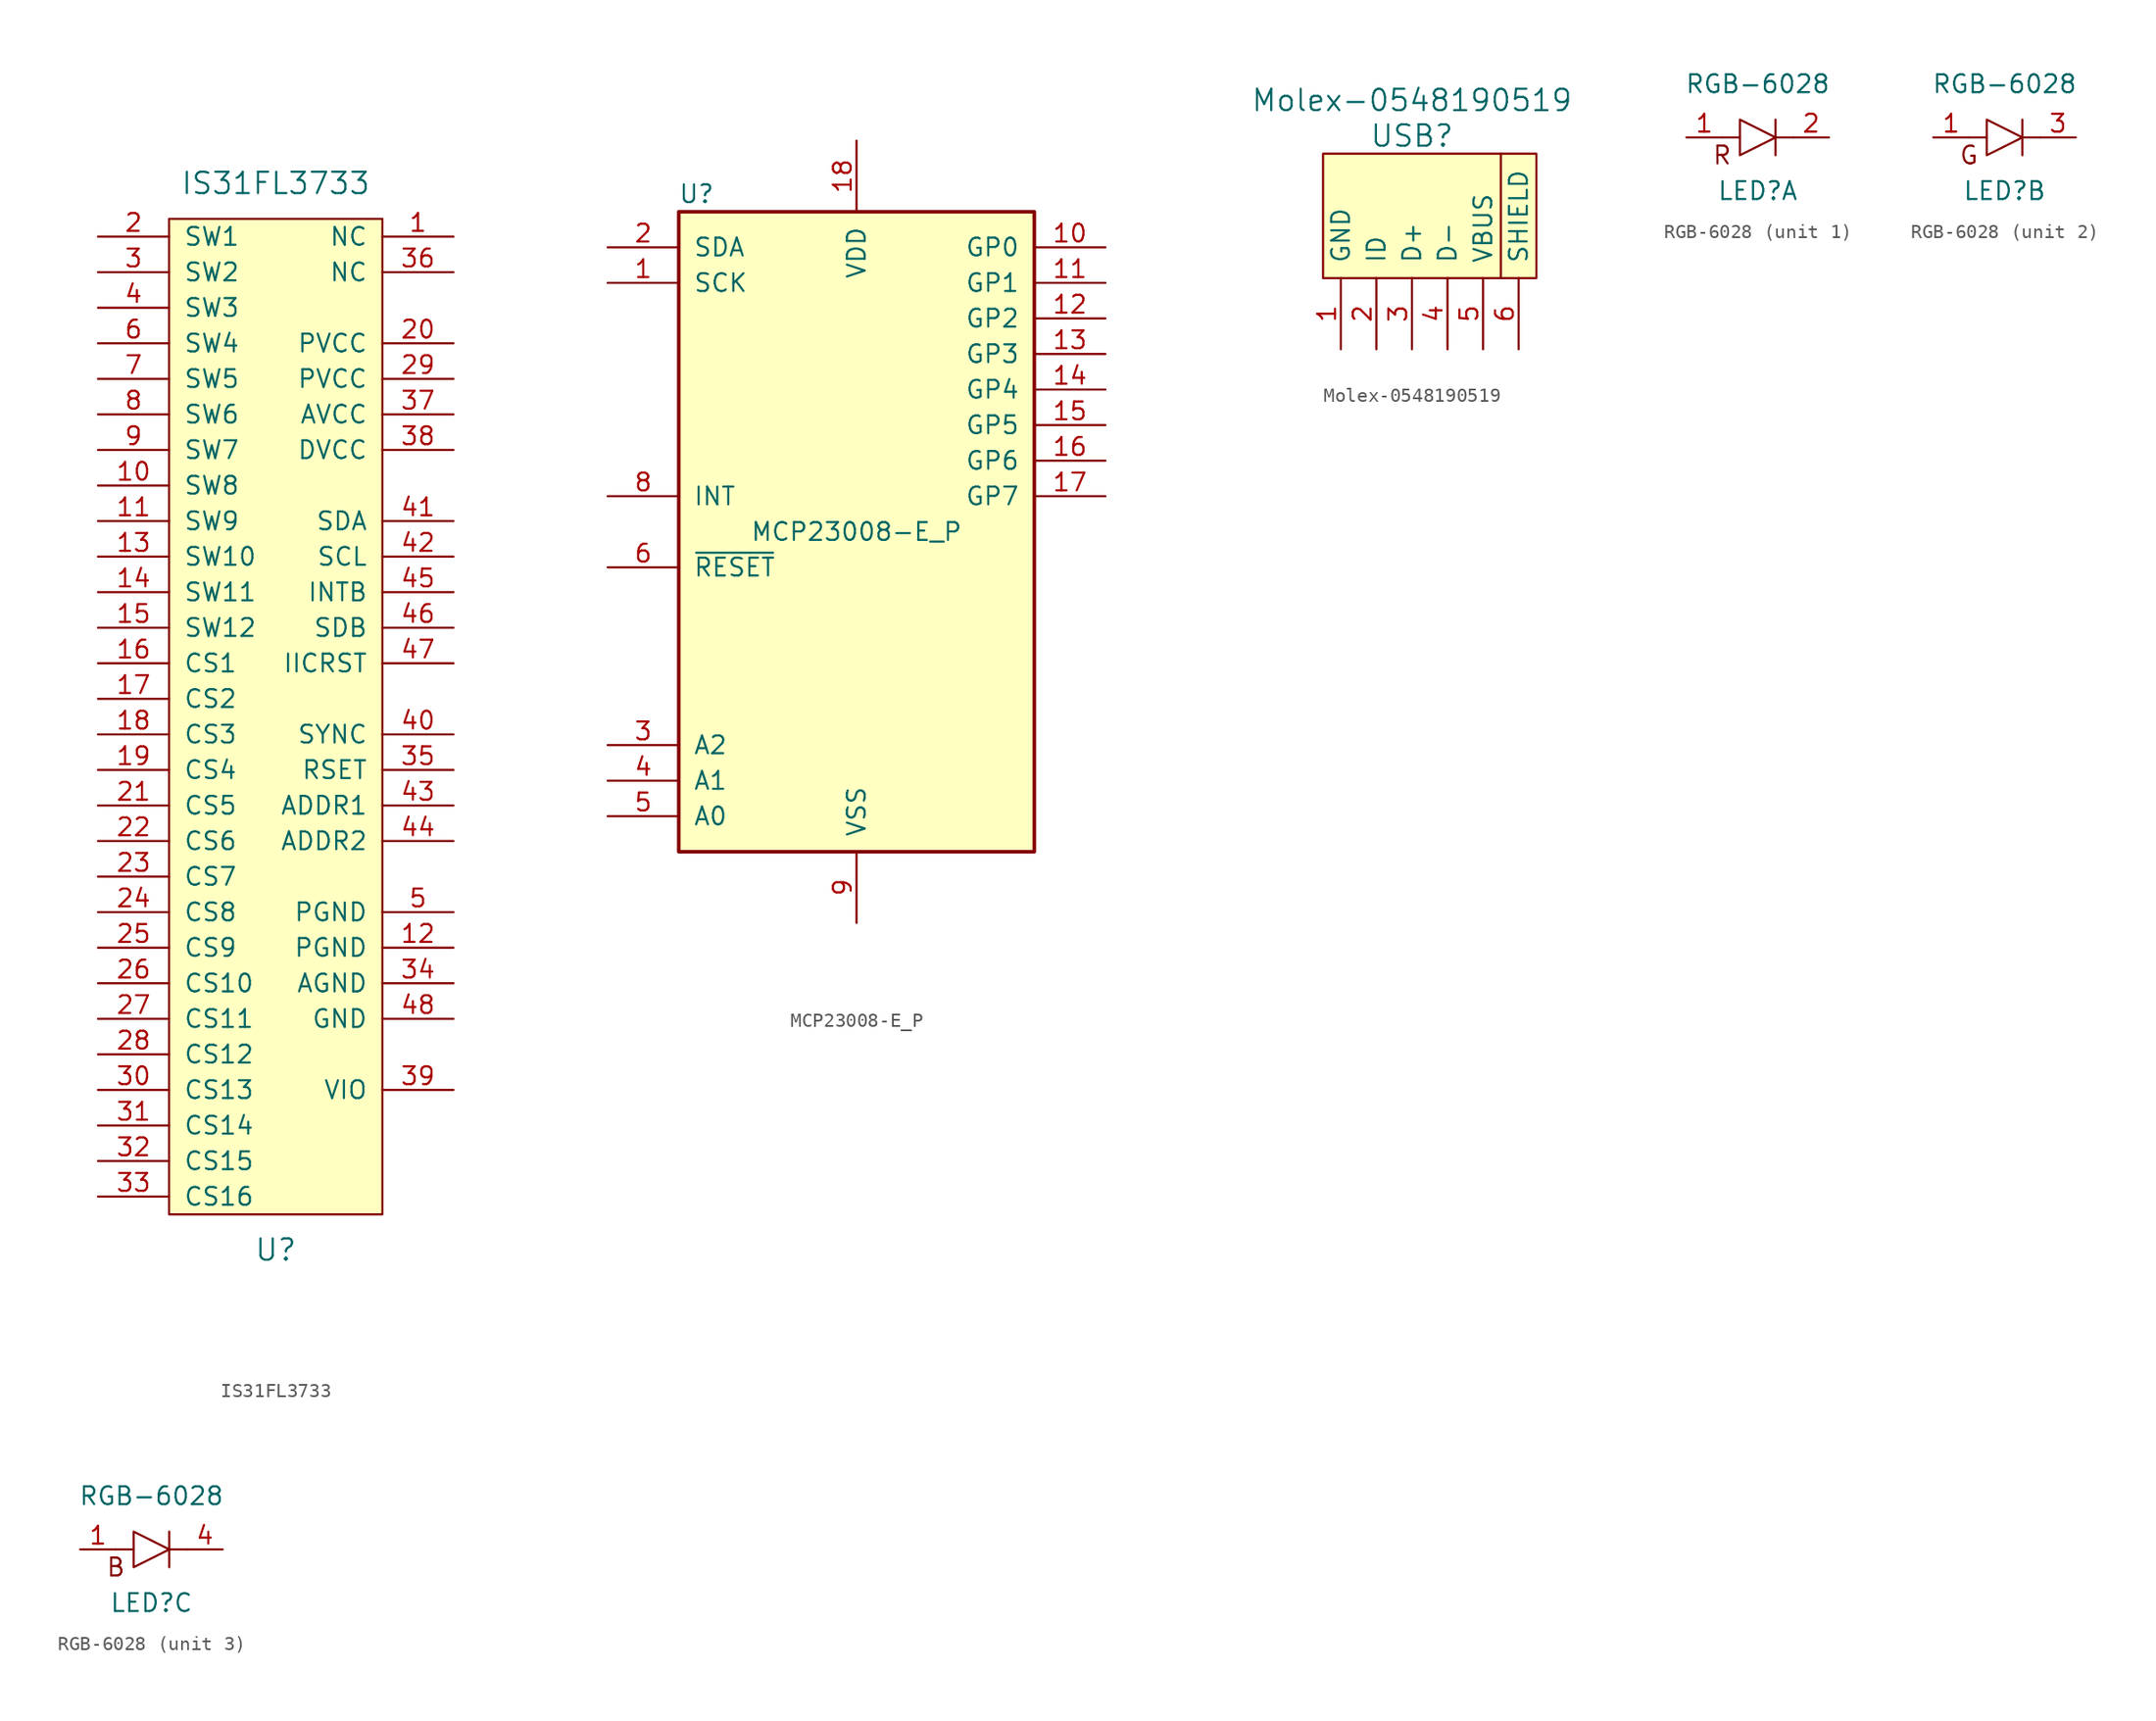
<source format=kicad_sym>
(kicad_symbol_lib
  (version 20211014)
  (generator kicad_symbol_editor)
  (symbol "IS31FL3733"
    (pin_names
      (offset 1.016))
    (property "Reference" "U"
      (at 0 -41.91 0)
      (effects (font (size 1.524 1.524))))
    (property "Value" "IS31FL3733"
      (at 0 34.29 0)
      (effects (font (size 1.524 1.524))))
    (symbol "IS31FL3733_0_1"
      (rectangle (start -7.62 31.75) (end 7.62 -39.37) (stroke (width 0) (type default) (color 0 0 0 0)) (fill (type background))))
    (symbol "IS31FL3733_1_1"
      (pin input line (at 12.7 30.48 180) (length 5.08) (name "NC" (effects (font (size 1.27 1.27)))) (number "1" (effects (font (size 1.27 1.27)))))
      (pin input line (at -12.7 12.7 0) (length 5.08) (name "SW8" (effects (font (size 1.27 1.27)))) (number "10" (effects (font (size 1.27 1.27)))))
      (pin input line (at -12.7 10.16 0) (length 5.08) (name "SW9" (effects (font (size 1.27 1.27)))) (number "11" (effects (font (size 1.27 1.27)))))
      (pin input line (at 12.7 -20.32 180) (length 5.08) (name "PGND" (effects (font (size 1.27 1.27)))) (number "12" (effects (font (size 1.27 1.27)))))
      (pin input line (at -12.7 7.62 0) (length 5.08) (name "SW10" (effects (font (size 1.27 1.27)))) (number "13" (effects (font (size 1.27 1.27)))))
      (pin input line (at -12.7 5.08 0) (length 5.08) (name "SW11" (effects (font (size 1.27 1.27)))) (number "14" (effects (font (size 1.27 1.27)))))
      (pin input line (at -12.7 2.54 0) (length 5.08) (name "SW12" (effects (font (size 1.27 1.27)))) (number "15" (effects (font (size 1.27 1.27)))))
      (pin input line (at -12.7 0 0) (length 5.08) (name "CS1" (effects (font (size 1.27 1.27)))) (number "16" (effects (font (size 1.27 1.27)))))
      (pin input line (at -12.7 -2.54 0) (length 5.08) (name "CS2" (effects (font (size 1.27 1.27)))) (number "17" (effects (font (size 1.27 1.27)))))
      (pin input line (at -12.7 -5.08 0) (length 5.08) (name "CS3" (effects (font (size 1.27 1.27)))) (number "18" (effects (font (size 1.27 1.27)))))
      (pin input line (at -12.7 -7.62 0) (length 5.08) (name "CS4" (effects (font (size 1.27 1.27)))) (number "19" (effects (font (size 1.27 1.27)))))
      (pin input line (at -12.7 30.48 0) (length 5.08) (name "SW1" (effects (font (size 1.27 1.27)))) (number "2" (effects (font (size 1.27 1.27)))))
      (pin input line (at 12.7 22.86 180) (length 5.08) (name "PVCC" (effects (font (size 1.27 1.27)))) (number "20" (effects (font (size 1.27 1.27)))))
      (pin input line (at -12.7 -10.16 0) (length 5.08) (name "CS5" (effects (font (size 1.27 1.27)))) (number "21" (effects (font (size 1.27 1.27)))))
      (pin input line (at -12.7 -12.7 0) (length 5.08) (name "CS6" (effects (font (size 1.27 1.27)))) (number "22" (effects (font (size 1.27 1.27)))))
      (pin input line (at -12.7 -15.24 0) (length 5.08) (name "CS7" (effects (font (size 1.27 1.27)))) (number "23" (effects (font (size 1.27 1.27)))))
      (pin input line (at -12.7 -17.78 0) (length 5.08) (name "CS8" (effects (font (size 1.27 1.27)))) (number "24" (effects (font (size 1.27 1.27)))))
      (pin input line (at -12.7 -20.32 0) (length 5.08) (name "CS9" (effects (font (size 1.27 1.27)))) (number "25" (effects (font (size 1.27 1.27)))))
      (pin input line (at -12.7 -22.86 0) (length 5.08) (name "CS10" (effects (font (size 1.27 1.27)))) (number "26" (effects (font (size 1.27 1.27)))))
      (pin input line (at -12.7 -25.4 0) (length 5.08) (name "CS11" (effects (font (size 1.27 1.27)))) (number "27" (effects (font (size 1.27 1.27)))))
      (pin input line (at -12.7 -27.94 0) (length 5.08) (name "CS12" (effects (font (size 1.27 1.27)))) (number "28" (effects (font (size 1.27 1.27)))))
      (pin input line (at 12.7 20.32 180) (length 5.08) (name "PVCC" (effects (font (size 1.27 1.27)))) (number "29" (effects (font (size 1.27 1.27)))))
      (pin input line (at -12.7 27.94 0) (length 5.08) (name "SW2" (effects (font (size 1.27 1.27)))) (number "3" (effects (font (size 1.27 1.27)))))
      (pin input line (at -12.7 -30.48 0) (length 5.08) (name "CS13" (effects (font (size 1.27 1.27)))) (number "30" (effects (font (size 1.27 1.27)))))
      (pin input line (at -12.7 -33.02 0) (length 5.08) (name "CS14" (effects (font (size 1.27 1.27)))) (number "31" (effects (font (size 1.27 1.27)))))
      (pin input line (at -12.7 -35.56 0) (length 5.08) (name "CS15" (effects (font (size 1.27 1.27)))) (number "32" (effects (font (size 1.27 1.27)))))
      (pin input line (at -12.7 -38.1 0) (length 5.08) (name "CS16" (effects (font (size 1.27 1.27)))) (number "33" (effects (font (size 1.27 1.27)))))
      (pin input line (at 12.7 -22.86 180) (length 5.08) (name "AGND" (effects (font (size 1.27 1.27)))) (number "34" (effects (font (size 1.27 1.27)))))
      (pin input line (at 12.7 -7.62 180) (length 5.08) (name "RSET" (effects (font (size 1.27 1.27)))) (number "35" (effects (font (size 1.27 1.27)))))
      (pin input line (at 12.7 27.94 180) (length 5.08) (name "NC" (effects (font (size 1.27 1.27)))) (number "36" (effects (font (size 1.27 1.27)))))
      (pin input line (at 12.7 17.78 180) (length 5.08) (name "AVCC" (effects (font (size 1.27 1.27)))) (number "37" (effects (font (size 1.27 1.27)))))
      (pin input line (at 12.7 15.24 180) (length 5.08) (name "DVCC" (effects (font (size 1.27 1.27)))) (number "38" (effects (font (size 1.27 1.27)))))
      (pin input line (at 12.7 -30.48 180) (length 5.08) (name "VIO" (effects (font (size 1.27 1.27)))) (number "39" (effects (font (size 1.27 1.27)))))
      (pin input line (at -12.7 25.4 0) (length 5.08) (name "SW3" (effects (font (size 1.27 1.27)))) (number "4" (effects (font (size 1.27 1.27)))))
      (pin input line (at 12.7 -5.08 180) (length 5.08) (name "SYNC" (effects (font (size 1.27 1.27)))) (number "40" (effects (font (size 1.27 1.27)))))
      (pin input line (at 12.7 10.16 180) (length 5.08) (name "SDA" (effects (font (size 1.27 1.27)))) (number "41" (effects (font (size 1.27 1.27)))))
      (pin input line (at 12.7 7.62 180) (length 5.08) (name "SCL" (effects (font (size 1.27 1.27)))) (number "42" (effects (font (size 1.27 1.27)))))
      (pin input line (at 12.7 -10.16 180) (length 5.08) (name "ADDR1" (effects (font (size 1.27 1.27)))) (number "43" (effects (font (size 1.27 1.27)))))
      (pin input line (at 12.7 -12.7 180) (length 5.08) (name "ADDR2" (effects (font (size 1.27 1.27)))) (number "44" (effects (font (size 1.27 1.27)))))
      (pin input line (at 12.7 5.08 180) (length 5.08) (name "INTB" (effects (font (size 1.27 1.27)))) (number "45" (effects (font (size 1.27 1.27)))))
      (pin input line (at 12.7 2.54 180) (length 5.08) (name "SDB" (effects (font (size 1.27 1.27)))) (number "46" (effects (font (size 1.27 1.27)))))
      (pin input line (at 12.7 0 180) (length 5.08) (name "IICRST" (effects (font (size 1.27 1.27)))) (number "47" (effects (font (size 1.27 1.27)))))
      (pin input line (at 12.7 -25.4 180) (length 5.08) (name "GND" (effects (font (size 1.27 1.27)))) (number "48" (effects (font (size 1.27 1.27)))))
      (pin input line (at 12.7 -17.78 180) (length 5.08) (name "PGND" (effects (font (size 1.27 1.27)))) (number "5" (effects (font (size 1.27 1.27)))))
      (pin input line (at -12.7 22.86 0) (length 5.08) (name "SW4" (effects (font (size 1.27 1.27)))) (number "6" (effects (font (size 1.27 1.27)))))
      (pin input line (at -12.7 20.32 0) (length 5.08) (name "SW5" (effects (font (size 1.27 1.27)))) (number "7" (effects (font (size 1.27 1.27)))))
      (pin input line (at -12.7 17.78 0) (length 5.08) (name "SW6" (effects (font (size 1.27 1.27)))) (number "8" (effects (font (size 1.27 1.27)))))
      (pin input line (at -12.7 15.24 0) (length 5.08) (name "SW7" (effects (font (size 1.27 1.27)))) (number "9" (effects (font (size 1.27 1.27)))))))
  (symbol "MCP23008-E_P"
    (pin_names
      (offset 1.016))
    (property "Reference" "U"
      (at -11.43 24.13 0)
      (effects (font (size 1.27 1.27))))
    (property "Value" "MCP23008-E_P"
      (at 0 0 0)
      (effects (font (size 1.27 1.27))))
    (symbol "MCP23008-E_P_0_1"
      (rectangle (start -12.7 22.86) (end 12.7 -22.86) (stroke (width 0.254) (type default) (color 0 0 0 0)) (fill (type background))))
    (symbol "MCP23008-E_P_1_1"
      (pin input line (at -17.78 17.78 0) (length 5.08) (name "SCK" (effects (font (size 1.27 1.27)))) (number "1" (effects (font (size 1.27 1.27)))))
      (pin bidirectional line (at 17.78 20.32 180) (length 5.08) (name "GP0" (effects (font (size 1.27 1.27)))) (number "10" (effects (font (size 1.27 1.27)))))
      (pin bidirectional line (at 17.78 17.78 180) (length 5.08) (name "GP1" (effects (font (size 1.27 1.27)))) (number "11" (effects (font (size 1.27 1.27)))))
      (pin bidirectional line (at 17.78 15.24 180) (length 5.08) (name "GP2" (effects (font (size 1.27 1.27)))) (number "12" (effects (font (size 1.27 1.27)))))
      (pin bidirectional line (at 17.78 12.7 180) (length 5.08) (name "GP3" (effects (font (size 1.27 1.27)))) (number "13" (effects (font (size 1.27 1.27)))))
      (pin bidirectional line (at 17.78 10.16 180) (length 5.08) (name "GP4" (effects (font (size 1.27 1.27)))) (number "14" (effects (font (size 1.27 1.27)))))
      (pin bidirectional line (at 17.78 7.62 180) (length 5.08) (name "GP5" (effects (font (size 1.27 1.27)))) (number "15" (effects (font (size 1.27 1.27)))))
      (pin bidirectional line (at 17.78 5.08 180) (length 5.08) (name "GP6" (effects (font (size 1.27 1.27)))) (number "16" (effects (font (size 1.27 1.27)))))
      (pin bidirectional line (at 17.78 2.54 180) (length 5.08) (name "GP7" (effects (font (size 1.27 1.27)))) (number "17" (effects (font (size 1.27 1.27)))))
      (pin power_in line (at 0 27.94 270) (length 5.08) (name "VDD" (effects (font (size 1.27 1.27)))) (number "18" (effects (font (size 1.27 1.27)))))
      (pin bidirectional line (at -17.78 20.32 0) (length 5.08) (name "SDA" (effects (font (size 1.27 1.27)))) (number "2" (effects (font (size 1.27 1.27)))))
      (pin input line (at -17.78 -15.24 0) (length 5.08) (name "A2" (effects (font (size 1.27 1.27)))) (number "3" (effects (font (size 1.27 1.27)))))
      (pin input line (at -17.78 -17.78 0) (length 5.08) (name "A1" (effects (font (size 1.27 1.27)))) (number "4" (effects (font (size 1.27 1.27)))))
      (pin input line (at -17.78 -20.32 0) (length 5.08) (name "A0" (effects (font (size 1.27 1.27)))) (number "5" (effects (font (size 1.27 1.27)))))
      (pin input line (at -17.78 -2.54 0) (length 5.08) (name "~{RESET}" (effects (font (size 1.27 1.27)))) (number "6" (effects (font (size 1.27 1.27)))))
      (pin no_connect line (at -17.78 15.24 0) (length 5.08) hide (name "NC" (effects (font (size 1.27 1.27)))) (number "7" (effects (font (size 1.27 1.27)))))
      (pin tri_state line (at -17.78 2.54 0) (length 5.08) (name "INT" (effects (font (size 1.27 1.27)))) (number "8" (effects (font (size 1.27 1.27)))))
      (pin power_in line (at 0 -27.94 90) (length 5.08) (name "VSS" (effects (font (size 1.27 1.27)))) (number "9" (effects (font (size 1.27 1.27)))))))
  (symbol "Molex-0548190519"
    (pin_names
      (offset 1.016))
    (property "Reference" "USB"
      (at 0 7.62 0)
      (effects (font (size 1.524 1.524))))
    (property "Value" "Molex-0548190519"
      (at 0 10.16 0)
      (effects (font (size 1.524 1.524))))
    (symbol "Molex-0548190519_0_0"
      (polyline (pts (xy 6.35 -2.54) (xy 6.35 6.35)) (stroke (width 0) (type default) (color 0 0 0 0)) (fill (type none)))
      (rectangle (start 8.89 -2.54) (end -6.35 6.35) (stroke (width 0) (type default) (color 0 0 0 0)) (fill (type background))))
    (symbol "Molex-0548190519_1_1"
      (pin input line (at -5.08 -7.62 90) (length 5.08) (name "GND" (effects (font (size 1.27 1.27)))) (number "1" (effects (font (size 1.27 1.27)))))
      (pin input line (at -2.54 -7.62 90) (length 5.08) (name "ID" (effects (font (size 1.27 1.27)))) (number "2" (effects (font (size 1.27 1.27)))))
      (pin input line (at 0 -7.62 90) (length 5.08) (name "D+" (effects (font (size 1.27 1.27)))) (number "3" (effects (font (size 1.27 1.27)))))
      (pin input line (at 2.54 -7.62 90) (length 5.08) (name "D-" (effects (font (size 1.27 1.27)))) (number "4" (effects (font (size 1.27 1.27)))))
      (pin input line (at 5.08 -7.62 90) (length 5.08) (name "VBUS" (effects (font (size 1.27 1.27)))) (number "5" (effects (font (size 1.27 1.27)))))
      (pin input line (at 7.62 -7.62 90) (length 5.08) (name "SHIELD" (effects (font (size 1.27 1.27)))) (number "6" (effects (font (size 1.27 1.27)))))))
  (symbol "RGB-6028"
    (pin_names
      (offset 1.016))
    (property "Reference" "LED"
      (at 0 -3.81 0)
      (effects (font (size 1.27 1.27))))
    (property "Value" "RGB-6028"
      (at 0 3.81 0)
      (effects (font (size 1.27 1.27))))
    (symbol "RGB-6028_0_1"
      (polyline (pts (xy -1.27 0) (xy -2.54 0)) (stroke (width 0) (type default) (color 0 0 0 0)) (fill (type none)))
      (polyline (pts (xy 1.27 0) (xy 2.54 0)) (stroke (width 0) (type default) (color 0 0 0 0)) (fill (type none)))
      (polyline (pts (xy 1.27 1.27) (xy 1.27 -1.27)) (stroke (width 0) (type default) (color 0 0 0 0)) (fill (type none)))
      (polyline (pts (xy -1.27 1.27) (xy 1.27 0) (xy -1.27 -1.27) (xy -1.27 1.27)) (stroke (width 0) (type default) (color 0 0 0 0)) (fill (type none)))
      (pin input line (at -5.08 0 0) (length 2.54) (name "A" (effects (font (size 0 0)))) (number "1" (effects (font (size 1.27 1.27))))))
    (symbol "RGB-6028_1_0"
      (text "R" (at -2.54 -1.27 0) (effects (font (size 1.27 1.27)))))
    (symbol "RGB-6028_1_1"
      (pin input line (at 5.08 0 180) (length 2.54) (name "C" (effects (font (size 0 0)))) (number "2" (effects (font (size 1.27 1.27))))))
    (symbol "RGB-6028_2_0"
      (text "G" (at -2.54 -1.27 0) (effects (font (size 1.27 1.27)))))
    (symbol "RGB-6028_2_1"
      (pin input line (at 5.08 0 180) (length 2.54) (name "C" (effects (font (size 0 0)))) (number "3" (effects (font (size 1.27 1.27))))))
    (symbol "RGB-6028_3_0"
      (text "B" (at -2.54 -1.27 0) (effects (font (size 1.27 1.27)))))
    (symbol "RGB-6028_3_1"
      (pin input line (at 5.08 0 180) (length 2.54) (name "C" (effects (font (size 0 0)))) (number "4" (effects (font (size 1.27 1.27))))))))
</source>
